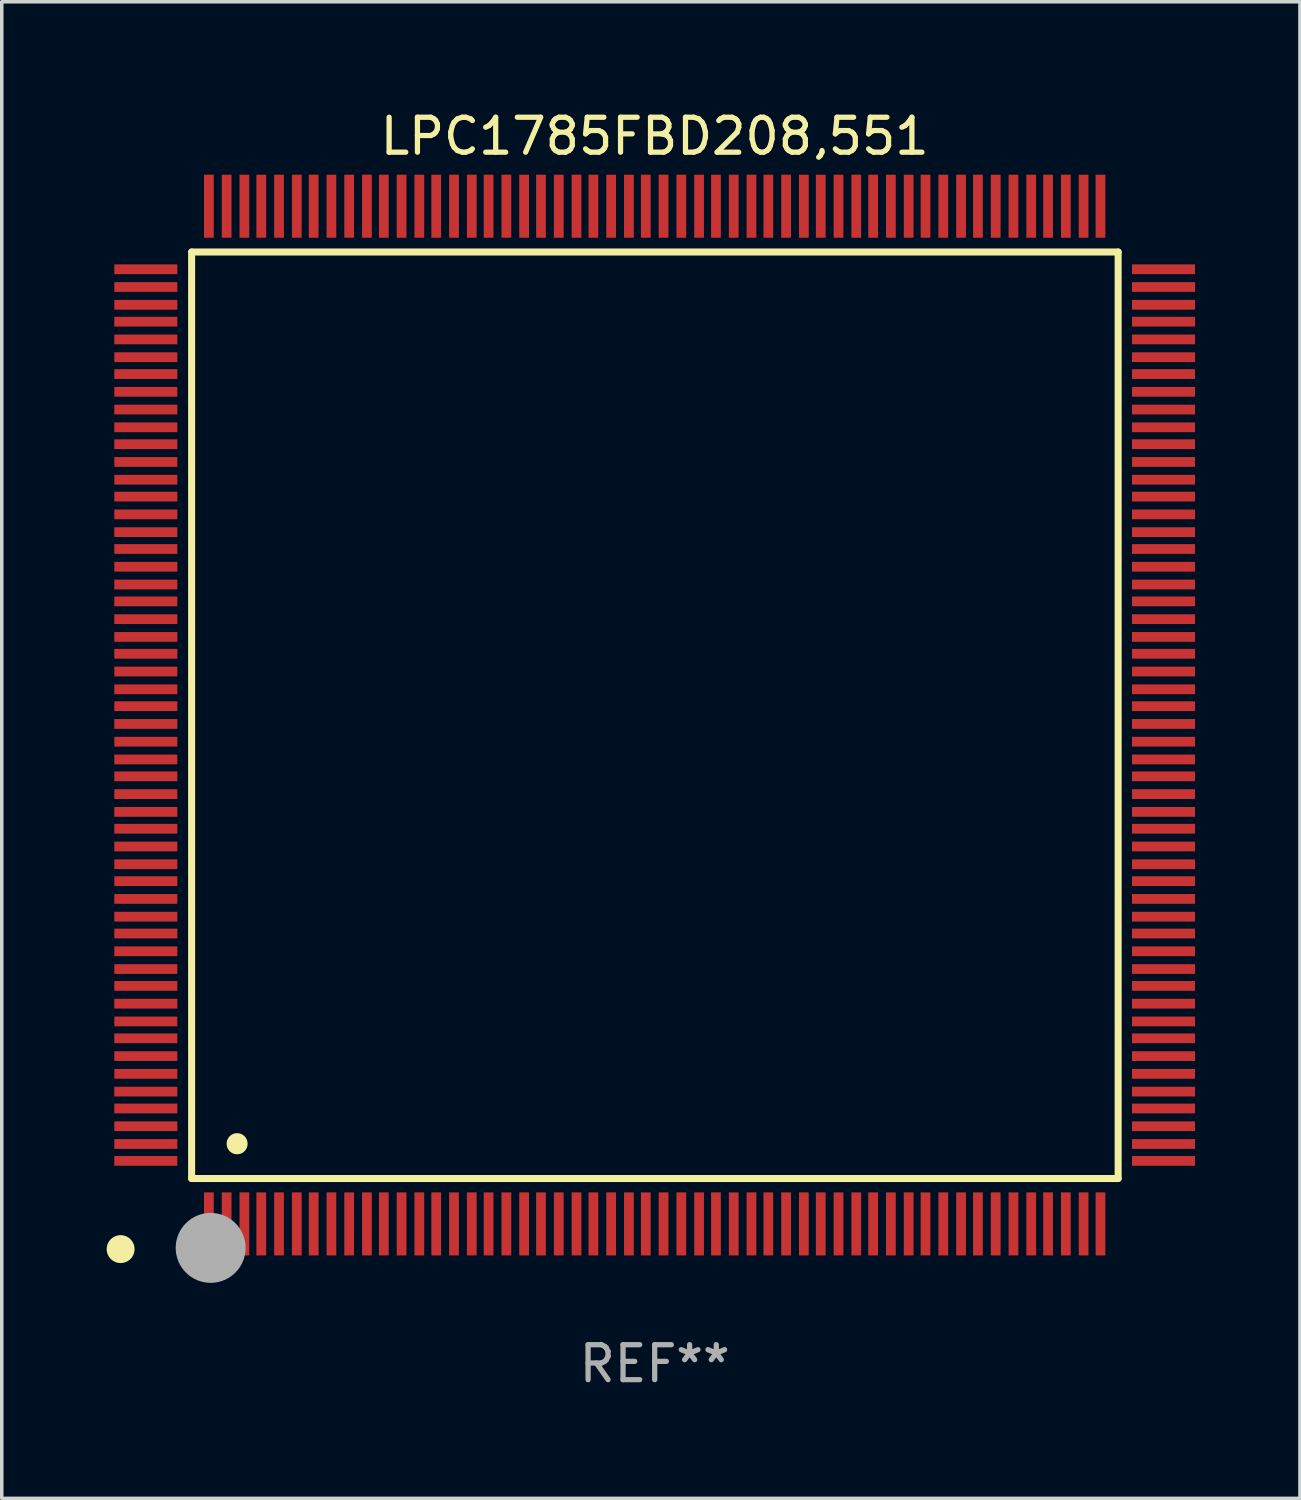
<source format=kicad_pcb>
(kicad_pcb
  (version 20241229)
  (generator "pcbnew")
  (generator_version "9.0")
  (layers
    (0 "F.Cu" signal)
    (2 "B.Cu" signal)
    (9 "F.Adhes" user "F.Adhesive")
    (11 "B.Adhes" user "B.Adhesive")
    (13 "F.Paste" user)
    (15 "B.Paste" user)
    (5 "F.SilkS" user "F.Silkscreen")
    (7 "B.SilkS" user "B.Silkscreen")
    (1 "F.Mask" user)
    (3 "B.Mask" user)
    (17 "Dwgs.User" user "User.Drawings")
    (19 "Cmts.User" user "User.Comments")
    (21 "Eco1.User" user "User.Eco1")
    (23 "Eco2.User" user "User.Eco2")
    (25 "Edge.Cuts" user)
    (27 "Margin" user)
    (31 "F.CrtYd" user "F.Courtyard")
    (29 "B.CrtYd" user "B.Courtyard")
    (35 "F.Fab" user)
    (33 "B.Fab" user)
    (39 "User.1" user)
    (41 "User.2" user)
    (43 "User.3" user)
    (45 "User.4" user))
  (footprint "LPC1785FBD208,551"
    (layer "F.Cu")
    (at 15.675 17.402)
    (property "Reference" "LPC1785FBD208,551" (at 0 -16.554 0) (layer "F.SilkS") (effects (font (size 1 1) (thickness 0.15))))
    (attr through_hole)
    (fp_line (start -13.244 -13.244) (end -13.244 13.256) (stroke (width 0.201) (type solid)) (layer "F.SilkS"))
    (fp_line (start -13.244 13.256) (end 13.256 13.256) (stroke (width 0.201) (type solid)) (layer "F.SilkS"))
    (fp_line (start 13.256 -13.244) (end -13.244 -13.244) (stroke (width 0.201) (type solid)) (layer "F.SilkS"))
    (fp_line (start 13.256 13.256) (end 13.256 -13.244) (stroke (width 0.201) (type solid)) (layer "F.SilkS"))
    (fp_arc (start -13.268987 14.90983) (mid -13.268992 14.90856) (end -13.268987 14.90729) (stroke (width 0.299721) (type solid)) (layer "F.SilkS"))
    (fp_arc (start -11.943104 12.263145) (mid -11.943115 12.260605) (end -11.943104 12.258065) (stroke (width 0.599441) (type solid)) (layer "F.SilkS"))
    (fp_circle (center -15.275 15.275) (end -15.075 15.275) (stroke (width 0.4) (type solid)) (fill no) (layer "F.SilkS"))
    (fp_circle (center -12.7 15.24) (end -12.2 15.24) (stroke (width 1) (type solid)) (fill no) (layer "F.Fab"))
    (fp_text user "REF**" (at 0 18.554 0) (layer "F.Fab") (effects (font (size 1 1) (thickness 0.15))))
    (pad "1" smd rect (at -12.751 14.554 180) (size 0.279 1.803) (layers "F.Cu" "F.Mask" "F.Paste"))
    (pad "2" smd rect (at -12.243 14.554 180) (size 0.279 1.803) (layers "F.Cu" "F.Mask" "F.Paste"))
    (pad "3" smd rect (at -11.735 14.554 180) (size 0.279 1.803) (layers "F.Cu" "F.Mask" "F.Paste"))
    (pad "4" smd rect (at -11.252 14.554 180) (size 0.279 1.803) (layers "F.Cu" "F.Mask" "F.Paste"))
    (pad "5" smd rect (at -10.744 14.554 180) (size 0.279 1.803) (layers "F.Cu" "F.Mask" "F.Paste"))
    (pad "6" smd rect (at -10.236 14.554 180) (size 0.279 1.803) (layers "F.Cu" "F.Mask" "F.Paste"))
    (pad "7" smd rect (at -9.754 14.554 180) (size 0.279 1.803) (layers "F.Cu" "F.Mask" "F.Paste"))
    (pad "8" smd rect (at -9.246 14.554 180) (size 0.279 1.803) (layers "F.Cu" "F.Mask" "F.Paste"))
    (pad "9" smd rect (at -8.738 14.554 180) (size 0.279 1.803) (layers "F.Cu" "F.Mask" "F.Paste"))
    (pad "10" smd rect (at -8.23 14.554 180) (size 0.279 1.803) (layers "F.Cu" "F.Mask" "F.Paste"))
    (pad "11" smd rect (at -7.747 14.554 180) (size 0.279 1.803) (layers "F.Cu" "F.Mask" "F.Paste"))
    (pad "12" smd rect (at -7.239 14.554 180) (size 0.279 1.803) (layers "F.Cu" "F.Mask" "F.Paste"))
    (pad "13" smd rect (at -6.731 14.554 180) (size 0.279 1.803) (layers "F.Cu" "F.Mask" "F.Paste"))
    (pad "14" smd rect (at -6.248 14.554 180) (size 0.279 1.803) (layers "F.Cu" "F.Mask" "F.Paste"))
    (pad "15" smd rect (at -5.74 14.554 180) (size 0.279 1.803) (layers "F.Cu" "F.Mask" "F.Paste"))
    (pad "16" smd rect (at -5.232 14.554 180) (size 0.279 1.803) (layers "F.Cu" "F.Mask" "F.Paste"))
    (pad "17" smd rect (at -4.75 14.554 180) (size 0.279 1.803) (layers "F.Cu" "F.Mask" "F.Paste"))
    (pad "18" smd rect (at -4.242 14.554 180) (size 0.279 1.803) (layers "F.Cu" "F.Mask" "F.Paste"))
    (pad "19" smd rect (at -3.734 14.554 180) (size 0.279 1.803) (layers "F.Cu" "F.Mask" "F.Paste"))
    (pad "20" smd rect (at -3.251 14.554 180) (size 0.279 1.803) (layers "F.Cu" "F.Mask" "F.Paste"))
    (pad "21" smd rect (at -2.743 14.554 180) (size 0.279 1.803) (layers "F.Cu" "F.Mask" "F.Paste"))
    (pad "22" smd rect (at -2.235 14.554 180) (size 0.279 1.803) (layers "F.Cu" "F.Mask" "F.Paste"))
    (pad "23" smd rect (at -1.753 14.554 180) (size 0.279 1.803) (layers "F.Cu" "F.Mask" "F.Paste"))
    (pad "24" smd rect (at -1.245 14.554 180) (size 0.279 1.803) (layers "F.Cu" "F.Mask" "F.Paste"))
    (pad "25" smd rect (at -0.737 14.554 180) (size 0.279 1.803) (layers "F.Cu" "F.Mask" "F.Paste"))
    (pad "26" smd rect (at -0.254 14.554 180) (size 0.279 1.803) (layers "F.Cu" "F.Mask" "F.Paste"))
    (pad "27" smd rect (at 0.254 14.554 180) (size 0.279 1.803) (layers "F.Cu" "F.Mask" "F.Paste"))
    (pad "28" smd rect (at 0.762 14.554 180) (size 0.279 1.803) (layers "F.Cu" "F.Mask" "F.Paste"))
    (pad "29" smd rect (at 1.27 14.554 180) (size 0.279 1.803) (layers "F.Cu" "F.Mask" "F.Paste"))
    (pad "30" smd rect (at 1.753 14.554 180) (size 0.279 1.803) (layers "F.Cu" "F.Mask" "F.Paste"))
    (pad "31" smd rect (at 2.261 14.554 180) (size 0.279 1.803) (layers "F.Cu" "F.Mask" "F.Paste"))
    (pad "32" smd rect (at 2.769 14.554 180) (size 0.279 1.803) (layers "F.Cu" "F.Mask" "F.Paste"))
    (pad "33" smd rect (at 3.251 14.554 180) (size 0.279 1.803) (layers "F.Cu" "F.Mask" "F.Paste"))
    (pad "34" smd rect (at 3.759 14.554 180) (size 0.279 1.803) (layers "F.Cu" "F.Mask" "F.Paste"))
    (pad "35" smd rect (at 4.267 14.554 180) (size 0.279 1.803) (layers "F.Cu" "F.Mask" "F.Paste"))
    (pad "36" smd rect (at 4.75 14.554 180) (size 0.279 1.803) (layers "F.Cu" "F.Mask" "F.Paste"))
    (pad "37" smd rect (at 5.258 14.554 180) (size 0.279 1.803) (layers "F.Cu" "F.Mask" "F.Paste"))
    (pad "38" smd rect (at 5.766 14.554 180) (size 0.279 1.803) (layers "F.Cu" "F.Mask" "F.Paste"))
    (pad "39" smd rect (at 6.248 14.554 180) (size 0.279 1.803) (layers "F.Cu" "F.Mask" "F.Paste"))
    (pad "40" smd rect (at 6.756 14.554 180) (size 0.279 1.803) (layers "F.Cu" "F.Mask" "F.Paste"))
    (pad "41" smd rect (at 7.264 14.554 180) (size 0.279 1.803) (layers "F.Cu" "F.Mask" "F.Paste"))
    (pad "42" smd rect (at 7.747 14.554 180) (size 0.279 1.803) (layers "F.Cu" "F.Mask" "F.Paste"))
    (pad "43" smd rect (at 8.255 14.554 180) (size 0.279 1.803) (layers "F.Cu" "F.Mask" "F.Paste"))
    (pad "44" smd rect (at 8.763 14.554 180) (size 0.279 1.803) (layers "F.Cu" "F.Mask" "F.Paste"))
    (pad "45" smd rect (at 9.246 14.554 180) (size 0.279 1.803) (layers "F.Cu" "F.Mask" "F.Paste"))
    (pad "46" smd rect (at 9.754 14.554 180) (size 0.279 1.803) (layers "F.Cu" "F.Mask" "F.Paste"))
    (pad "47" smd rect (at 10.262 14.554 180) (size 0.279 1.803) (layers "F.Cu" "F.Mask" "F.Paste"))
    (pad "48" smd rect (at 10.77 14.554 180) (size 0.279 1.803) (layers "F.Cu" "F.Mask" "F.Paste"))
    (pad "49" smd rect (at 11.252 14.554 180) (size 0.279 1.803) (layers "F.Cu" "F.Mask" "F.Paste"))
    (pad "50" smd rect (at 11.76 14.554 180) (size 0.279 1.803) (layers "F.Cu" "F.Mask" "F.Paste"))
    (pad "51" smd rect (at 12.268 14.554 180) (size 0.279 1.803) (layers "F.Cu" "F.Mask" "F.Paste"))
    (pad "52" smd rect (at 12.751 14.554 180) (size 0.279 1.803) (layers "F.Cu" "F.Mask" "F.Paste"))
    (pad "53" smd rect (at 14.554 12.751 90) (size 0.279 1.803) (layers "F.Cu" "F.Mask" "F.Paste"))
    (pad "54" smd rect (at 14.554 12.268 90) (size 0.279 1.803) (layers "F.Cu" "F.Mask" "F.Paste"))
    (pad "55" smd rect (at 14.554 11.76 90) (size 0.279 1.803) (layers "F.Cu" "F.Mask" "F.Paste"))
    (pad "56" smd rect (at 14.554 11.252 90) (size 0.279 1.803) (layers "F.Cu" "F.Mask" "F.Paste"))
    (pad "57" smd rect (at 14.554 10.77 90) (size 0.279 1.803) (layers "F.Cu" "F.Mask" "F.Paste"))
    (pad "58" smd rect (at 14.554 10.262 90) (size 0.279 1.803) (layers "F.Cu" "F.Mask" "F.Paste"))
    (pad "59" smd rect (at 14.554 9.754 90) (size 0.279 1.803) (layers "F.Cu" "F.Mask" "F.Paste"))
    (pad "60" smd rect (at 14.554 9.246 90) (size 0.279 1.803) (layers "F.Cu" "F.Mask" "F.Paste"))
    (pad "61" smd rect (at 14.554 8.763 90) (size 0.279 1.803) (layers "F.Cu" "F.Mask" "F.Paste"))
    (pad "62" smd rect (at 14.554 8.255 90) (size 0.279 1.803) (layers "F.Cu" "F.Mask" "F.Paste"))
    (pad "63" smd rect (at 14.554 7.747 90) (size 0.279 1.803) (layers "F.Cu" "F.Mask" "F.Paste"))
    (pad "64" smd rect (at 14.554 7.264 90) (size 0.279 1.803) (layers "F.Cu" "F.Mask" "F.Paste"))
    (pad "65" smd rect (at 14.554 6.756 90) (size 0.279 1.803) (layers "F.Cu" "F.Mask" "F.Paste"))
    (pad "66" smd rect (at 14.554 6.248 90) (size 0.279 1.803) (layers "F.Cu" "F.Mask" "F.Paste"))
    (pad "67" smd rect (at 14.554 5.766 90) (size 0.279 1.803) (layers "F.Cu" "F.Mask" "F.Paste"))
    (pad "68" smd rect (at 14.554 5.258 90) (size 0.279 1.803) (layers "F.Cu" "F.Mask" "F.Paste"))
    (pad "69" smd rect (at 14.554 4.75 90) (size 0.279 1.803) (layers "F.Cu" "F.Mask" "F.Paste"))
    (pad "70" smd rect (at 14.554 4.267 90) (size 0.279 1.803) (layers "F.Cu" "F.Mask" "F.Paste"))
    (pad "71" smd rect (at 14.554 3.759 90) (size 0.279 1.803) (layers "F.Cu" "F.Mask" "F.Paste"))
    (pad "72" smd rect (at 14.554 3.251 90) (size 0.279 1.803) (layers "F.Cu" "F.Mask" "F.Paste"))
    (pad "73" smd rect (at 14.554 2.769 90) (size 0.279 1.803) (layers "F.Cu" "F.Mask" "F.Paste"))
    (pad "74" smd rect (at 14.554 2.261 90) (size 0.279 1.803) (layers "F.Cu" "F.Mask" "F.Paste"))
    (pad "75" smd rect (at 14.554 1.753 90) (size 0.279 1.803) (layers "F.Cu" "F.Mask" "F.Paste"))
    (pad "76" smd rect (at 14.554 1.27 90) (size 0.279 1.803) (layers "F.Cu" "F.Mask" "F.Paste"))
    (pad "77" smd rect (at 14.554 0.762 90) (size 0.279 1.803) (layers "F.Cu" "F.Mask" "F.Paste"))
    (pad "78" smd rect (at 14.554 0.254 90) (size 0.279 1.803) (layers "F.Cu" "F.Mask" "F.Paste"))
    (pad "79" smd rect (at 14.554 -0.254 90) (size 0.279 1.803) (layers "F.Cu" "F.Mask" "F.Paste"))
    (pad "80" smd rect (at 14.554 -0.737 90) (size 0.279 1.803) (layers "F.Cu" "F.Mask" "F.Paste"))
    (pad "81" smd rect (at 14.554 -1.245 90) (size 0.279 1.803) (layers "F.Cu" "F.Mask" "F.Paste"))
    (pad "82" smd rect (at 14.554 -1.753 90) (size 0.279 1.803) (layers "F.Cu" "F.Mask" "F.Paste"))
    (pad "83" smd rect (at 14.554 -2.235 90) (size 0.279 1.803) (layers "F.Cu" "F.Mask" "F.Paste"))
    (pad "84" smd rect (at 14.554 -2.743 90) (size 0.279 1.803) (layers "F.Cu" "F.Mask" "F.Paste"))
    (pad "85" smd rect (at 14.554 -3.251 90) (size 0.279 1.803) (layers "F.Cu" "F.Mask" "F.Paste"))
    (pad "86" smd rect (at 14.554 -3.734 90) (size 0.279 1.803) (layers "F.Cu" "F.Mask" "F.Paste"))
    (pad "87" smd rect (at 14.554 -4.242 90) (size 0.279 1.803) (layers "F.Cu" "F.Mask" "F.Paste"))
    (pad "88" smd rect (at 14.554 -4.75 90) (size 0.279 1.803) (layers "F.Cu" "F.Mask" "F.Paste"))
    (pad "89" smd rect (at 14.554 -5.232 90) (size 0.279 1.803) (layers "F.Cu" "F.Mask" "F.Paste"))
    (pad "90" smd rect (at 14.554 -5.74 90) (size 0.279 1.803) (layers "F.Cu" "F.Mask" "F.Paste"))
    (pad "91" smd rect (at 14.554 -6.248 90) (size 0.279 1.803) (layers "F.Cu" "F.Mask" "F.Paste"))
    (pad "92" smd rect (at 14.554 -6.731 90) (size 0.279 1.803) (layers "F.Cu" "F.Mask" "F.Paste"))
    (pad "93" smd rect (at 14.554 -7.239 90) (size 0.279 1.803) (layers "F.Cu" "F.Mask" "F.Paste"))
    (pad "94" smd rect (at 14.554 -7.747 90) (size 0.279 1.803) (layers "F.Cu" "F.Mask" "F.Paste"))
    (pad "95" smd rect (at 14.554 -8.23 90) (size 0.279 1.803) (layers "F.Cu" "F.Mask" "F.Paste"))
    (pad "96" smd rect (at 14.554 -8.738 90) (size 0.279 1.803) (layers "F.Cu" "F.Mask" "F.Paste"))
    (pad "97" smd rect (at 14.554 -9.246 90) (size 0.279 1.803) (layers "F.Cu" "F.Mask" "F.Paste"))
    (pad "98" smd rect (at 14.554 -9.754 90) (size 0.279 1.803) (layers "F.Cu" "F.Mask" "F.Paste"))
    (pad "99" smd rect (at 14.554 -10.236 90) (size 0.279 1.803) (layers "F.Cu" "F.Mask" "F.Paste"))
    (pad "100" smd rect (at 14.554 -10.744 90) (size 0.279 1.803) (layers "F.Cu" "F.Mask" "F.Paste"))
    (pad "101" smd rect (at 14.554 -11.252 90) (size 0.279 1.803) (layers "F.Cu" "F.Mask" "F.Paste"))
    (pad "102" smd rect (at 14.554 -11.735 90) (size 0.279 1.803) (layers "F.Cu" "F.Mask" "F.Paste"))
    (pad "103" smd rect (at 14.554 -12.243 90) (size 0.279 1.803) (layers "F.Cu" "F.Mask" "F.Paste"))
    (pad "104" smd rect (at 14.554 -12.751 90) (size 0.279 1.803) (layers "F.Cu" "F.Mask" "F.Paste"))
    (pad "105" smd rect (at 12.751 -14.554 180) (size 0.279 1.803) (layers "F.Cu" "F.Mask" "F.Paste"))
    (pad "106" smd rect (at 12.268 -14.554 180) (size 0.279 1.803) (layers "F.Cu" "F.Mask" "F.Paste"))
    (pad "107" smd rect (at 11.76 -14.554 180) (size 0.279 1.803) (layers "F.Cu" "F.Mask" "F.Paste"))
    (pad "108" smd rect (at 11.252 -14.554 180) (size 0.279 1.803) (layers "F.Cu" "F.Mask" "F.Paste"))
    (pad "109" smd rect (at 10.77 -14.554 180) (size 0.279 1.803) (layers "F.Cu" "F.Mask" "F.Paste"))
    (pad "110" smd rect (at 10.262 -14.554 180) (size 0.279 1.803) (layers "F.Cu" "F.Mask" "F.Paste"))
    (pad "111" smd rect (at 9.754 -14.554 180) (size 0.279 1.803) (layers "F.Cu" "F.Mask" "F.Paste"))
    (pad "112" smd rect (at 9.246 -14.554 180) (size 0.279 1.803) (layers "F.Cu" "F.Mask" "F.Paste"))
    (pad "113" smd rect (at 8.763 -14.554 180) (size 0.279 1.803) (layers "F.Cu" "F.Mask" "F.Paste"))
    (pad "114" smd rect (at 8.255 -14.554 180) (size 0.279 1.803) (layers "F.Cu" "F.Mask" "F.Paste"))
    (pad "115" smd rect (at 7.747 -14.554 180) (size 0.279 1.803) (layers "F.Cu" "F.Mask" "F.Paste"))
    (pad "116" smd rect (at 7.264 -14.554 180) (size 0.279 1.803) (layers "F.Cu" "F.Mask" "F.Paste"))
    (pad "117" smd rect (at 6.756 -14.554 180) (size 0.279 1.803) (layers "F.Cu" "F.Mask" "F.Paste"))
    (pad "118" smd rect (at 6.248 -14.554 180) (size 0.279 1.803) (layers "F.Cu" "F.Mask" "F.Paste"))
    (pad "119" smd rect (at 5.766 -14.554 180) (size 0.279 1.803) (layers "F.Cu" "F.Mask" "F.Paste"))
    (pad "120" smd rect (at 5.258 -14.554 180) (size 0.279 1.803) (layers "F.Cu" "F.Mask" "F.Paste"))
    (pad "121" smd rect (at 4.75 -14.554 180) (size 0.279 1.803) (layers "F.Cu" "F.Mask" "F.Paste"))
    (pad "122" smd rect (at 4.267 -14.554 180) (size 0.279 1.803) (layers "F.Cu" "F.Mask" "F.Paste"))
    (pad "123" smd rect (at 3.759 -14.554 180) (size 0.279 1.803) (layers "F.Cu" "F.Mask" "F.Paste"))
    (pad "124" smd rect (at 3.251 -14.554 180) (size 0.279 1.803) (layers "F.Cu" "F.Mask" "F.Paste"))
    (pad "125" smd rect (at 2.769 -14.554 180) (size 0.279 1.803) (layers "F.Cu" "F.Mask" "F.Paste"))
    (pad "126" smd rect (at 2.261 -14.554 180) (size 0.279 1.803) (layers "F.Cu" "F.Mask" "F.Paste"))
    (pad "127" smd rect (at 1.753 -14.554 180) (size 0.279 1.803) (layers "F.Cu" "F.Mask" "F.Paste"))
    (pad "128" smd rect (at 1.27 -14.554 180) (size 0.279 1.803) (layers "F.Cu" "F.Mask" "F.Paste"))
    (pad "129" smd rect (at 0.762 -14.554 180) (size 0.279 1.803) (layers "F.Cu" "F.Mask" "F.Paste"))
    (pad "130" smd rect (at 0.254 -14.554 180) (size 0.279 1.803) (layers "F.Cu" "F.Mask" "F.Paste"))
    (pad "131" smd rect (at -0.254 -14.554 180) (size 0.279 1.803) (layers "F.Cu" "F.Mask" "F.Paste"))
    (pad "132" smd rect (at -0.737 -14.554 180) (size 0.279 1.803) (layers "F.Cu" "F.Mask" "F.Paste"))
    (pad "133" smd rect (at -1.245 -14.554 180) (size 0.279 1.803) (layers "F.Cu" "F.Mask" "F.Paste"))
    (pad "134" smd rect (at -1.753 -14.554 180) (size 0.279 1.803) (layers "F.Cu" "F.Mask" "F.Paste"))
    (pad "135" smd rect (at -2.235 -14.554 180) (size 0.279 1.803) (layers "F.Cu" "F.Mask" "F.Paste"))
    (pad "136" smd rect (at -2.743 -14.554 180) (size 0.279 1.803) (layers "F.Cu" "F.Mask" "F.Paste"))
    (pad "137" smd rect (at -3.251 -14.554 180) (size 0.279 1.803) (layers "F.Cu" "F.Mask" "F.Paste"))
    (pad "138" smd rect (at -3.734 -14.554 180) (size 0.279 1.803) (layers "F.Cu" "F.Mask" "F.Paste"))
    (pad "139" smd rect (at -4.242 -14.554 180) (size 0.279 1.803) (layers "F.Cu" "F.Mask" "F.Paste"))
    (pad "140" smd rect (at -4.75 -14.554 180) (size 0.279 1.803) (layers "F.Cu" "F.Mask" "F.Paste"))
    (pad "141" smd rect (at -5.232 -14.554 180) (size 0.279 1.803) (layers "F.Cu" "F.Mask" "F.Paste"))
    (pad "142" smd rect (at -5.74 -14.554 180) (size 0.279 1.803) (layers "F.Cu" "F.Mask" "F.Paste"))
    (pad "143" smd rect (at -6.248 -14.554 180) (size 0.279 1.803) (layers "F.Cu" "F.Mask" "F.Paste"))
    (pad "144" smd rect (at -6.731 -14.554 180) (size 0.279 1.803) (layers "F.Cu" "F.Mask" "F.Paste"))
    (pad "145" smd rect (at -7.239 -14.554 180) (size 0.279 1.803) (layers "F.Cu" "F.Mask" "F.Paste"))
    (pad "146" smd rect (at -7.747 -14.554 180) (size 0.279 1.803) (layers "F.Cu" "F.Mask" "F.Paste"))
    (pad "147" smd rect (at -8.23 -14.554 180) (size 0.279 1.803) (layers "F.Cu" "F.Mask" "F.Paste"))
    (pad "148" smd rect (at -8.738 -14.554 180) (size 0.279 1.803) (layers "F.Cu" "F.Mask" "F.Paste"))
    (pad "149" smd rect (at -9.246 -14.554 180) (size 0.279 1.803) (layers "F.Cu" "F.Mask" "F.Paste"))
    (pad "150" smd rect (at -9.754 -14.554 180) (size 0.279 1.803) (layers "F.Cu" "F.Mask" "F.Paste"))
    (pad "151" smd rect (at -10.236 -14.554 180) (size 0.279 1.803) (layers "F.Cu" "F.Mask" "F.Paste"))
    (pad "152" smd rect (at -10.744 -14.554 180) (size 0.279 1.803) (layers "F.Cu" "F.Mask" "F.Paste"))
    (pad "153" smd rect (at -11.252 -14.554 180) (size 0.279 1.803) (layers "F.Cu" "F.Mask" "F.Paste"))
    (pad "154" smd rect (at -11.735 -14.554 180) (size 0.279 1.803) (layers "F.Cu" "F.Mask" "F.Paste"))
    (pad "155" smd rect (at -12.243 -14.554 180) (size 0.279 1.803) (layers "F.Cu" "F.Mask" "F.Paste"))
    (pad "156" smd rect (at -12.751 -14.554 180) (size 0.279 1.803) (layers "F.Cu" "F.Mask" "F.Paste"))
    (pad "157" smd rect (at -14.554 -12.751 90) (size 0.279 1.803) (layers "F.Cu" "F.Mask" "F.Paste"))
    (pad "158" smd rect (at -14.554 -12.243 90) (size 0.279 1.803) (layers "F.Cu" "F.Mask" "F.Paste"))
    (pad "159" smd rect (at -14.554 -11.735 90) (size 0.279 1.803) (layers "F.Cu" "F.Mask" "F.Paste"))
    (pad "160" smd rect (at -14.554 -11.252 90) (size 0.279 1.803) (layers "F.Cu" "F.Mask" "F.Paste"))
    (pad "161" smd rect (at -14.554 -10.744 90) (size 0.279 1.803) (layers "F.Cu" "F.Mask" "F.Paste"))
    (pad "162" smd rect (at -14.554 -10.236 90) (size 0.279 1.803) (layers "F.Cu" "F.Mask" "F.Paste"))
    (pad "163" smd rect (at -14.554 -9.754 90) (size 0.279 1.803) (layers "F.Cu" "F.Mask" "F.Paste"))
    (pad "164" smd rect (at -14.554 -9.246 90) (size 0.279 1.803) (layers "F.Cu" "F.Mask" "F.Paste"))
    (pad "165" smd rect (at -14.554 -8.738 90) (size 0.279 1.803) (layers "F.Cu" "F.Mask" "F.Paste"))
    (pad "166" smd rect (at -14.554 -8.23 90) (size 0.279 1.803) (layers "F.Cu" "F.Mask" "F.Paste"))
    (pad "167" smd rect (at -14.554 -7.747 90) (size 0.279 1.803) (layers "F.Cu" "F.Mask" "F.Paste"))
    (pad "168" smd rect (at -14.554 -7.239 90) (size 0.279 1.803) (layers "F.Cu" "F.Mask" "F.Paste"))
    (pad "169" smd rect (at -14.554 -6.731 90) (size 0.279 1.803) (layers "F.Cu" "F.Mask" "F.Paste"))
    (pad "170" smd rect (at -14.554 -6.248 90) (size 0.279 1.803) (layers "F.Cu" "F.Mask" "F.Paste"))
    (pad "171" smd rect (at -14.554 -5.74 90) (size 0.279 1.803) (layers "F.Cu" "F.Mask" "F.Paste"))
    (pad "172" smd rect (at -14.554 -5.232 90) (size 0.279 1.803) (layers "F.Cu" "F.Mask" "F.Paste"))
    (pad "173" smd rect (at -14.554 -4.75 90) (size 0.279 1.803) (layers "F.Cu" "F.Mask" "F.Paste"))
    (pad "174" smd rect (at -14.554 -4.242 90) (size 0.279 1.803) (layers "F.Cu" "F.Mask" "F.Paste"))
    (pad "175" smd rect (at -14.554 -3.734 90) (size 0.279 1.803) (layers "F.Cu" "F.Mask" "F.Paste"))
    (pad "176" smd rect (at -14.554 -3.251 90) (size 0.279 1.803) (layers "F.Cu" "F.Mask" "F.Paste"))
    (pad "177" smd rect (at -14.554 -2.743 90) (size 0.279 1.803) (layers "F.Cu" "F.Mask" "F.Paste"))
    (pad "178" smd rect (at -14.554 -2.235 90) (size 0.279 1.803) (layers "F.Cu" "F.Mask" "F.Paste"))
    (pad "179" smd rect (at -14.554 -1.753 90) (size 0.279 1.803) (layers "F.Cu" "F.Mask" "F.Paste"))
    (pad "180" smd rect (at -14.554 -1.245 90) (size 0.279 1.803) (layers "F.Cu" "F.Mask" "F.Paste"))
    (pad "181" smd rect (at -14.554 -0.737 90) (size 0.279 1.803) (layers "F.Cu" "F.Mask" "F.Paste"))
    (pad "182" smd rect (at -14.554 -0.254 90) (size 0.279 1.803) (layers "F.Cu" "F.Mask" "F.Paste"))
    (pad "183" smd rect (at -14.554 0.254 90) (size 0.279 1.803) (layers "F.Cu" "F.Mask" "F.Paste"))
    (pad "184" smd rect (at -14.554 0.762 90) (size 0.279 1.803) (layers "F.Cu" "F.Mask" "F.Paste"))
    (pad "185" smd rect (at -14.554 1.27 90) (size 0.279 1.803) (layers "F.Cu" "F.Mask" "F.Paste"))
    (pad "186" smd rect (at -14.554 1.753 90) (size 0.279 1.803) (layers "F.Cu" "F.Mask" "F.Paste"))
    (pad "187" smd rect (at -14.554 2.261 90) (size 0.279 1.803) (layers "F.Cu" "F.Mask" "F.Paste"))
    (pad "188" smd rect (at -14.554 2.769 90) (size 0.279 1.803) (layers "F.Cu" "F.Mask" "F.Paste"))
    (pad "189" smd rect (at -14.554 3.251 90) (size 0.279 1.803) (layers "F.Cu" "F.Mask" "F.Paste"))
    (pad "190" smd rect (at -14.554 3.759 90) (size 0.279 1.803) (layers "F.Cu" "F.Mask" "F.Paste"))
    (pad "191" smd rect (at -14.554 4.267 90) (size 0.279 1.803) (layers "F.Cu" "F.Mask" "F.Paste"))
    (pad "192" smd rect (at -14.554 4.75 90) (size 0.279 1.803) (layers "F.Cu" "F.Mask" "F.Paste"))
    (pad "193" smd rect (at -14.554 5.258 90) (size 0.279 1.803) (layers "F.Cu" "F.Mask" "F.Paste"))
    (pad "194" smd rect (at -14.554 5.766 90) (size 0.279 1.803) (layers "F.Cu" "F.Mask" "F.Paste"))
    (pad "195" smd rect (at -14.554 6.248 90) (size 0.279 1.803) (layers "F.Cu" "F.Mask" "F.Paste"))
    (pad "196" smd rect (at -14.554 6.756 90) (size 0.279 1.803) (layers "F.Cu" "F.Mask" "F.Paste"))
    (pad "197" smd rect (at -14.554 7.264 90) (size 0.279 1.803) (layers "F.Cu" "F.Mask" "F.Paste"))
    (pad "198" smd rect (at -14.554 7.747 90) (size 0.279 1.803) (layers "F.Cu" "F.Mask" "F.Paste"))
    (pad "199" smd rect (at -14.554 8.255 90) (size 0.279 1.803) (layers "F.Cu" "F.Mask" "F.Paste"))
    (pad "200" smd rect (at -14.554 8.763 90) (size 0.279 1.803) (layers "F.Cu" "F.Mask" "F.Paste"))
    (pad "201" smd rect (at -14.554 9.246 90) (size 0.279 1.803) (layers "F.Cu" "F.Mask" "F.Paste"))
    (pad "202" smd rect (at -14.554 9.754 90) (size 0.279 1.803) (layers "F.Cu" "F.Mask" "F.Paste"))
    (pad "203" smd rect (at -14.554 10.262 90) (size 0.279 1.803) (layers "F.Cu" "F.Mask" "F.Paste"))
    (pad "204" smd rect (at -14.554 10.77 90) (size 0.279 1.803) (layers "F.Cu" "F.Mask" "F.Paste"))
    (pad "205" smd rect (at -14.554 11.252 90) (size 0.279 1.803) (layers "F.Cu" "F.Mask" "F.Paste"))
    (pad "206" smd rect (at -14.554 11.76 90) (size 0.279 1.803) (layers "F.Cu" "F.Mask" "F.Paste"))
    (pad "207" smd rect (at -14.554 12.268 90) (size 0.279 1.803) (layers "F.Cu" "F.Mask" "F.Paste"))
    (pad "208" smd rect (at -14.554 12.751 90) (size 0.279 1.803) (layers "F.Cu" "F.Mask" "F.Paste")))
  (gr_rect
    (start -3 -3)
    (end 34.131 39.805)
    (stroke (width 0.1) (type default))
    (fill no)
    (layer "Edge.Cuts")))
</source>
